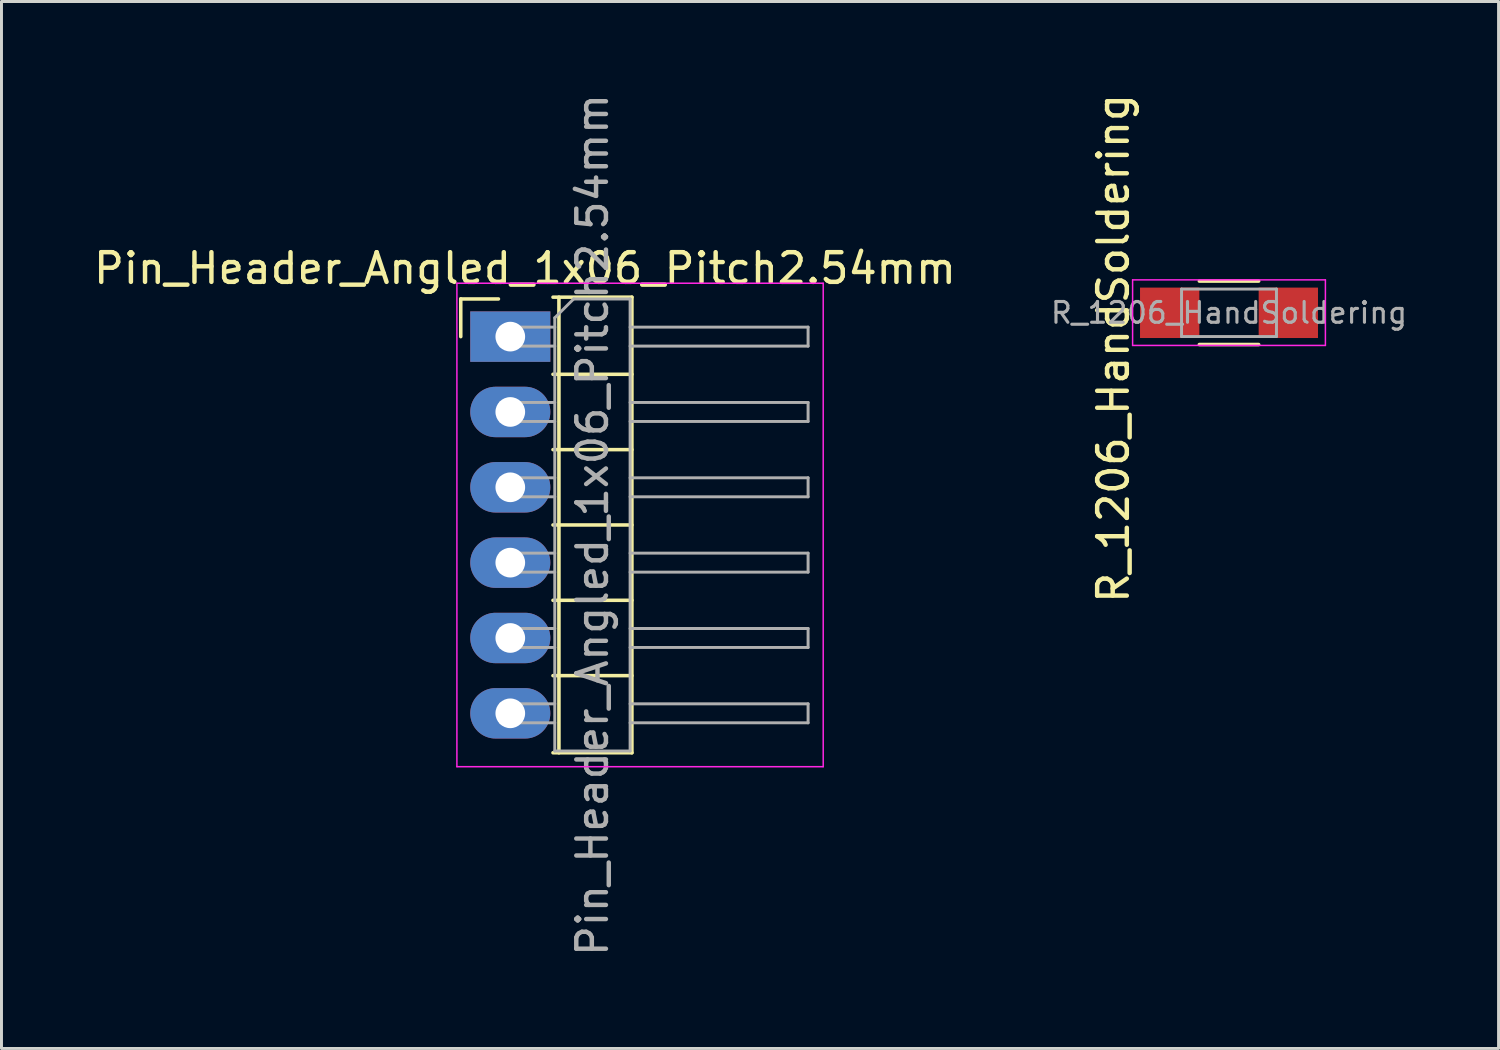
<source format=kicad_pcb>
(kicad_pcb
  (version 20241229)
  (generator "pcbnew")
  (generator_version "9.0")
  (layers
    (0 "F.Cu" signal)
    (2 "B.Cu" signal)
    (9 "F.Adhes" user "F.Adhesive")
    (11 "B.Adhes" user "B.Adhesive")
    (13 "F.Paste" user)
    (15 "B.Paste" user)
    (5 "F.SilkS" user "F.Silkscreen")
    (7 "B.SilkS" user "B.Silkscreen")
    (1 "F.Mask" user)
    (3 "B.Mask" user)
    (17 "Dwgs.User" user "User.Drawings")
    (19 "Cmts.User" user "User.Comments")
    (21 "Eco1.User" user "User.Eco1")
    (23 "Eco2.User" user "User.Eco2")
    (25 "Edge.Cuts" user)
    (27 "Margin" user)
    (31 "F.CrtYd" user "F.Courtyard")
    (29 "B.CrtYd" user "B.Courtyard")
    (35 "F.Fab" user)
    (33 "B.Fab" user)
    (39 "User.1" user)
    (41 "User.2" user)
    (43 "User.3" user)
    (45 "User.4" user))
  (footprint "R_1206_HandSoldering"
    (layer "F.Cu")
    (at 38.385 7.496)
    (property "Reference" "R_1206_HandSoldering" (at -3.9 1.2 270) (layer "F.SilkS") (effects (font (size 1 1) (thickness 0.15))))
    (attr smd)
    (fp_line (start -1 -1.07) (end 1 -1.07) (stroke (width 0.12) (type solid)) (layer "F.SilkS"))
    (fp_line (start 1 1.07) (end -1 1.07) (stroke (width 0.12) (type solid)) (layer "F.SilkS"))
    (fp_line (start -3.25 -1.11) (end -3.25 1.1) (stroke (width 0.05) (type solid)) (layer "F.CrtYd"))
    (fp_line (start -3.25 -1.11) (end 3.25 -1.11) (stroke (width 0.05) (type solid)) (layer "F.CrtYd"))
    (fp_line (start 3.25 1.1) (end -3.25 1.1) (stroke (width 0.05) (type solid)) (layer "F.CrtYd"))
    (fp_line (start 3.25 1.1) (end 3.25 -1.11) (stroke (width 0.05) (type solid)) (layer "F.CrtYd"))
    (fp_line (start -1.6 -0.8) (end 1.6 -0.8) (stroke (width 0.1) (type solid)) (layer "F.Fab"))
    (fp_line (start -1.6 0.8) (end -1.6 -0.8) (stroke (width 0.1) (type solid)) (layer "F.Fab"))
    (fp_line (start 1.6 -0.8) (end 1.6 0.8) (stroke (width 0.1) (type solid)) (layer "F.Fab"))
    (fp_line (start 1.6 0.8) (end -1.6 0.8) (stroke (width 0.1) (type solid)) (layer "F.Fab"))
    (fp_text user "${REFERENCE}" (at 0 0 0) (layer "F.Fab") (effects (font (size 0.7 0.7) (thickness 0.105))))
    (pad "1" smd rect (at -2 0) (size 2 1.7) (layers "F.Cu" "F.Mask" "F.Paste"))
    (pad "2" smd rect (at 2 0) (size 2 1.7) (layers "F.Cu" "F.Mask" "F.Paste")))
  (footprint "Pin_Header_Angled_1x06_Pitch2.54mm"
    (layer "F.Cu")
    (at 14.154 8.299)
    (property "Reference" "Pin_Header_Angled_1x06_Pitch2.54mm" (at 0.495 -2.302 0) (layer "F.SilkS") (effects (font (size 1 1) (thickness 0.15))))
    (attr through_hole)
    (fp_line (start -1.67 -1.27) (end -0.4 -1.27) (stroke (width 0.12) (type solid)) (layer "F.SilkS"))
    (fp_line (start -1.67 0) (end -1.67 -1.27) (stroke (width 0.12) (type solid)) (layer "F.SilkS"))
    (fp_line (start 1.44 1.27) (end 4.1 1.27) (stroke (width 0.12) (type solid)) (layer "F.SilkS"))
    (fp_line (start 1.44 3.81) (end 4.1 3.81) (stroke (width 0.12) (type solid)) (layer "F.SilkS"))
    (fp_line (start 1.44 6.35) (end 4.1 6.35) (stroke (width 0.12) (type solid)) (layer "F.SilkS"))
    (fp_line (start 1.44 8.89) (end 4.1 8.89) (stroke (width 0.12) (type solid)) (layer "F.SilkS"))
    (fp_line (start 1.44 11.43) (end 4.1 11.43) (stroke (width 0.12) (type solid)) (layer "F.SilkS"))
    (fp_line (start 1.44 14.03) (end 4.1 14.03) (stroke (width 0.12) (type solid)) (layer "F.SilkS"))
    (fp_line (start 1.64 -1.33) (end 1.64 14.03) (stroke (width 0.12) (type solid)) (layer "F.SilkS"))
    (fp_line (start 4.1 -1.33) (end 1.44 -1.33) (stroke (width 0.12) (type solid)) (layer "F.SilkS"))
    (fp_line (start 4.1 14.03) (end 4.1 -1.33) (stroke (width 0.12) (type solid)) (layer "F.SilkS"))
    (fp_line (start -1.8 -1.8) (end -1.8 14.5) (stroke (width 0.05) (type solid)) (layer "F.CrtYd"))
    (fp_line (start -1.8 14.5) (end 10.55 14.5) (stroke (width 0.05) (type solid)) (layer "F.CrtYd"))
    (fp_line (start 10.55 -1.8) (end -1.8 -1.8) (stroke (width 0.05) (type solid)) (layer "F.CrtYd"))
    (fp_line (start 10.55 14.5) (end 10.55 -1.8) (stroke (width 0.05) (type solid)) (layer "F.CrtYd"))
    (fp_line (start -0.32 -0.32) (end -0.32 0.32) (stroke (width 0.1) (type solid)) (layer "F.Fab"))
    (fp_line (start -0.32 -0.32) (end 1.5 -0.32) (stroke (width 0.1) (type solid)) (layer "F.Fab"))
    (fp_line (start -0.32 0.32) (end 1.5 0.32) (stroke (width 0.1) (type solid)) (layer "F.Fab"))
    (fp_line (start -0.32 2.22) (end -0.32 2.86) (stroke (width 0.1) (type solid)) (layer "F.Fab"))
    (fp_line (start -0.32 2.22) (end 1.5 2.22) (stroke (width 0.1) (type solid)) (layer "F.Fab"))
    (fp_line (start -0.32 2.86) (end 1.5 2.86) (stroke (width 0.1) (type solid)) (layer "F.Fab"))
    (fp_line (start -0.32 4.76) (end -0.32 5.4) (stroke (width 0.1) (type solid)) (layer "F.Fab"))
    (fp_line (start -0.32 4.76) (end 1.5 4.76) (stroke (width 0.1) (type solid)) (layer "F.Fab"))
    (fp_line (start -0.32 5.4) (end 1.5 5.4) (stroke (width 0.1) (type solid)) (layer "F.Fab"))
    (fp_line (start -0.32 7.3) (end -0.32 7.94) (stroke (width 0.1) (type solid)) (layer "F.Fab"))
    (fp_line (start -0.32 7.3) (end 1.5 7.3) (stroke (width 0.1) (type solid)) (layer "F.Fab"))
    (fp_line (start -0.32 7.94) (end 1.5 7.94) (stroke (width 0.1) (type solid)) (layer "F.Fab"))
    (fp_line (start -0.32 9.84) (end -0.32 10.48) (stroke (width 0.1) (type solid)) (layer "F.Fab"))
    (fp_line (start -0.32 9.84) (end 1.5 9.84) (stroke (width 0.1) (type solid)) (layer "F.Fab"))
    (fp_line (start -0.32 10.48) (end 1.5 10.48) (stroke (width 0.1) (type solid)) (layer "F.Fab"))
    (fp_line (start -0.32 12.38) (end -0.32 13.02) (stroke (width 0.1) (type solid)) (layer "F.Fab"))
    (fp_line (start -0.32 12.38) (end 1.5 12.38) (stroke (width 0.1) (type solid)) (layer "F.Fab"))
    (fp_line (start -0.32 13.02) (end 1.5 13.02) (stroke (width 0.1) (type solid)) (layer "F.Fab"))
    (fp_line (start 1.5 -0.635) (end 2.135 -1.27) (stroke (width 0.1) (type solid)) (layer "F.Fab"))
    (fp_line (start 1.5 13.97) (end 1.5 -0.635) (stroke (width 0.1) (type solid)) (layer "F.Fab"))
    (fp_line (start 2.135 -1.27) (end 4.04 -1.27) (stroke (width 0.1) (type solid)) (layer "F.Fab"))
    (fp_line (start 4.04 -1.27) (end 4.04 13.97) (stroke (width 0.1) (type solid)) (layer "F.Fab"))
    (fp_line (start 4.04 -0.32) (end 10.04 -0.32) (stroke (width 0.1) (type solid)) (layer "F.Fab"))
    (fp_line (start 4.04 0.32) (end 10.04 0.32) (stroke (width 0.1) (type solid)) (layer "F.Fab"))
    (fp_line (start 4.04 2.22) (end 10.04 2.22) (stroke (width 0.1) (type solid)) (layer "F.Fab"))
    (fp_line (start 4.04 2.86) (end 10.04 2.86) (stroke (width 0.1) (type solid)) (layer "F.Fab"))
    (fp_line (start 4.04 4.76) (end 10.04 4.76) (stroke (width 0.1) (type solid)) (layer "F.Fab"))
    (fp_line (start 4.04 5.4) (end 10.04 5.4) (stroke (width 0.1) (type solid)) (layer "F.Fab"))
    (fp_line (start 4.04 7.3) (end 10.04 7.3) (stroke (width 0.1) (type solid)) (layer "F.Fab"))
    (fp_line (start 4.04 7.94) (end 10.04 7.94) (stroke (width 0.1) (type solid)) (layer "F.Fab"))
    (fp_line (start 4.04 9.84) (end 10.04 9.84) (stroke (width 0.1) (type solid)) (layer "F.Fab"))
    (fp_line (start 4.04 10.48) (end 10.04 10.48) (stroke (width 0.1) (type solid)) (layer "F.Fab"))
    (fp_line (start 4.04 12.38) (end 10.04 12.38) (stroke (width 0.1) (type solid)) (layer "F.Fab"))
    (fp_line (start 4.04 13.02) (end 10.04 13.02) (stroke (width 0.1) (type solid)) (layer "F.Fab"))
    (fp_line (start 4.04 13.97) (end 1.5 13.97) (stroke (width 0.1) (type solid)) (layer "F.Fab"))
    (fp_line (start 10.04 -0.32) (end 10.04 0.32) (stroke (width 0.1) (type solid)) (layer "F.Fab"))
    (fp_line (start 10.04 2.22) (end 10.04 2.86) (stroke (width 0.1) (type solid)) (layer "F.Fab"))
    (fp_line (start 10.04 4.76) (end 10.04 5.4) (stroke (width 0.1) (type solid)) (layer "F.Fab"))
    (fp_line (start 10.04 7.3) (end 10.04 7.94) (stroke (width 0.1) (type solid)) (layer "F.Fab"))
    (fp_line (start 10.04 9.84) (end 10.04 10.48) (stroke (width 0.1) (type solid)) (layer "F.Fab"))
    (fp_line (start 10.04 12.38) (end 10.04 13.02) (stroke (width 0.1) (type solid)) (layer "F.Fab"))
    (fp_text user "${REFERENCE}" (at 2.77 6.35 90) (layer "F.Fab") (effects (font (size 1 1) (thickness 0.15))))
    (pad "1" thru_hole oval (at 0 12.7) (size 2.7 1.7) (drill 1) (layers "*.Cu" "*.Mask"))
    (pad "2" thru_hole oval (at 0 10.16) (size 2.7 1.7) (drill 1) (layers "*.Cu" "*.Mask"))
    (pad "3" thru_hole oval (at 0 7.62) (size 2.7 1.7) (drill 1) (layers "*.Cu" "*.Mask"))
    (pad "4" thru_hole oval (at 0 5.08) (size 2.7 1.7) (drill 1) (layers "*.Cu" "*.Mask"))
    (pad "5" thru_hole oval (at 0 2.54) (size 2.7 1.7) (drill 1) (layers "*.Cu" "*.Mask"))
    (pad "6" thru_hole rect (at 0 0) (size 2.7 1.7) (drill 1) (layers "*.Cu" "*.Mask")))
  (gr_rect
    (start -3 -3)
    (end 47.473 32.298)
    (stroke (width 0.1) (type default))
    (fill no)
    (layer "Edge.Cuts")))
</source>
